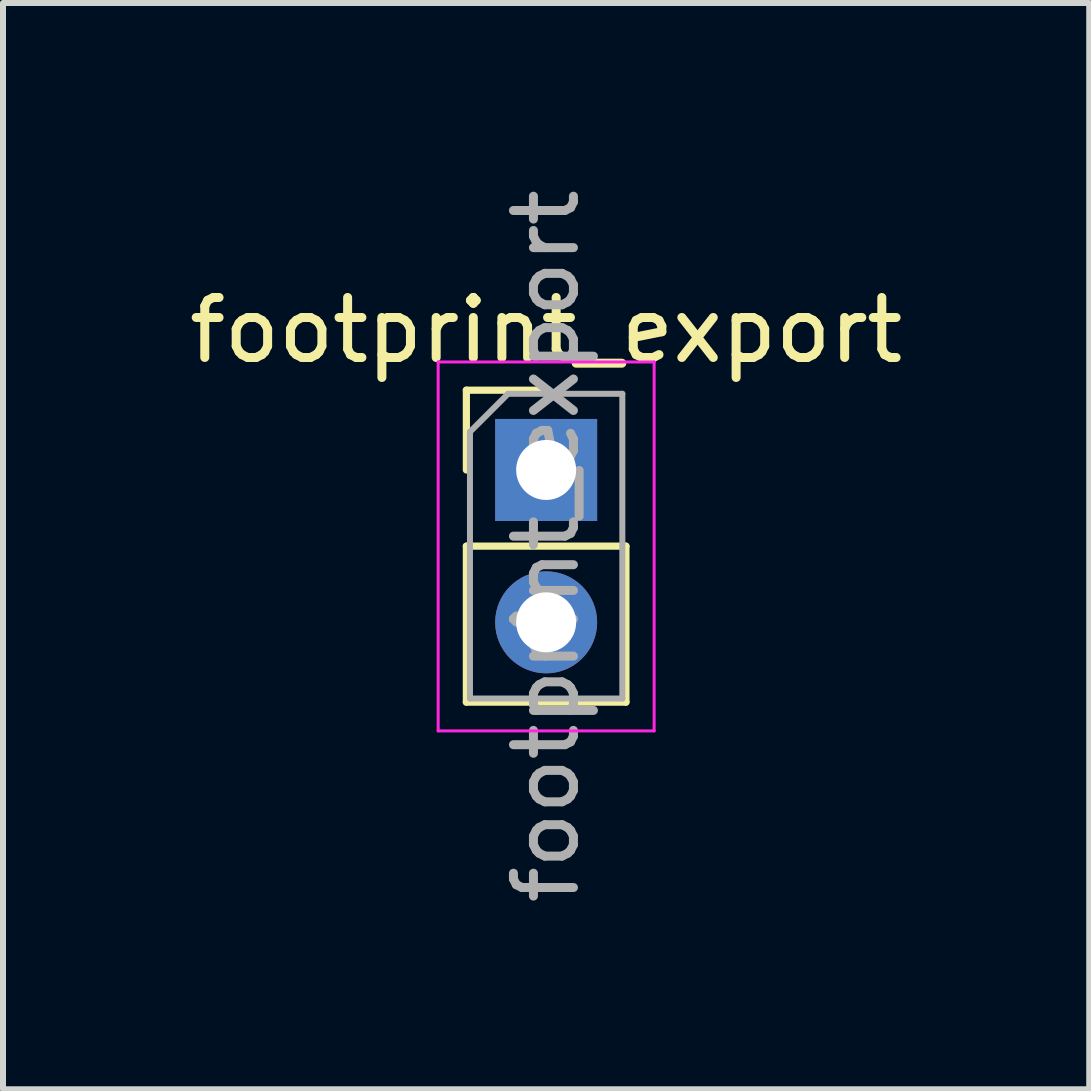
<source format=kicad_pcb>
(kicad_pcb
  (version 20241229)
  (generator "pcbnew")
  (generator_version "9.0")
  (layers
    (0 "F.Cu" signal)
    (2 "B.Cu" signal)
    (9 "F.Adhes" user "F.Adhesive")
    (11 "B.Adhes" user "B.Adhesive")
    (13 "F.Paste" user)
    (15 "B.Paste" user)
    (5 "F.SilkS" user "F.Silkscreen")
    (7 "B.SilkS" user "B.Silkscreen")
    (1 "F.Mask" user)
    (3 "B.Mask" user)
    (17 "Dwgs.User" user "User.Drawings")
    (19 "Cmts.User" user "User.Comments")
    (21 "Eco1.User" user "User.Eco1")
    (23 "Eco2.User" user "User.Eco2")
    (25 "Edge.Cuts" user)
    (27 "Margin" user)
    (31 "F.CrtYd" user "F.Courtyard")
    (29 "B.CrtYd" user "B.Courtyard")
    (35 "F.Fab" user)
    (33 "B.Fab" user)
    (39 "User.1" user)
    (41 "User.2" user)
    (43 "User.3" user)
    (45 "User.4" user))
  (footprint "footprint_export"
    (layer "F.Cu")
    (at 6.054 4.784)
    (property "Reference" "footprint_export" (at 0 -2.33 0) (layer "F.SilkS") (effects (font (size 1 1) (thickness 0.15))))
    (attr through_hole)
    (fp_line (start -1.33 -1.33) (end 0 -1.33) (stroke (width 0.12) (type solid)) (layer "F.SilkS"))
    (fp_line (start -1.33 0) (end -1.33 -1.33) (stroke (width 0.12) (type solid)) (layer "F.SilkS"))
    (fp_line (start -1.33 1.27) (end -1.33 3.87) (stroke (width 0.12) (type solid)) (layer "F.SilkS"))
    (fp_line (start -1.33 1.27) (end 1.33 1.27) (stroke (width 0.12) (type solid)) (layer "F.SilkS"))
    (fp_line (start -1.33 3.87) (end 1.33 3.87) (stroke (width 0.12) (type solid)) (layer "F.SilkS"))
    (fp_line (start 1.33 1.27) (end 1.33 3.87) (stroke (width 0.12) (type solid)) (layer "F.SilkS"))
    (fp_line (start -1.8 -1.8) (end -1.8 4.35) (stroke (width 0.05) (type solid)) (layer "F.CrtYd"))
    (fp_line (start -1.8 4.35) (end 1.8 4.35) (stroke (width 0.05) (type solid)) (layer "F.CrtYd"))
    (fp_line (start 1.8 -1.8) (end -1.8 -1.8) (stroke (width 0.05) (type solid)) (layer "F.CrtYd"))
    (fp_line (start 1.8 4.35) (end 1.8 -1.8) (stroke (width 0.05) (type solid)) (layer "F.CrtYd"))
    (fp_line (start -1.27 -0.635) (end -0.635 -1.27) (stroke (width 0.1) (type solid)) (layer "F.Fab"))
    (fp_line (start -1.27 3.81) (end -1.27 -0.635) (stroke (width 0.1) (type solid)) (layer "F.Fab"))
    (fp_line (start -0.635 -1.27) (end 1.27 -1.27) (stroke (width 0.1) (type solid)) (layer "F.Fab"))
    (fp_line (start 1.27 -1.27) (end 1.27 3.81) (stroke (width 0.1) (type solid)) (layer "F.Fab"))
    (fp_line (start 1.27 3.81) (end -1.27 3.81) (stroke (width 0.1) (type solid)) (layer "F.Fab"))
    (fp_text user "${REFERENCE}" (at 0 1.27 90) (layer "F.Fab") (effects (font (size 1 1) (thickness 0.15))))
    (pad "1" thru_hole rect (at 0 0) (size 1.7 1.7) (drill 1) (layers "*.Cu" "*.Mask"))
    (pad "2" thru_hole oval (at 0 2.54) (size 1.7 1.7) (drill 1) (layers "*.Cu" "*.Mask")))
  (gr_rect
    (start -3 -3)
    (end 15.107 15.107)
    (stroke (width 0.1) (type default))
    (fill no)
    (layer "Edge.Cuts")))
</source>
